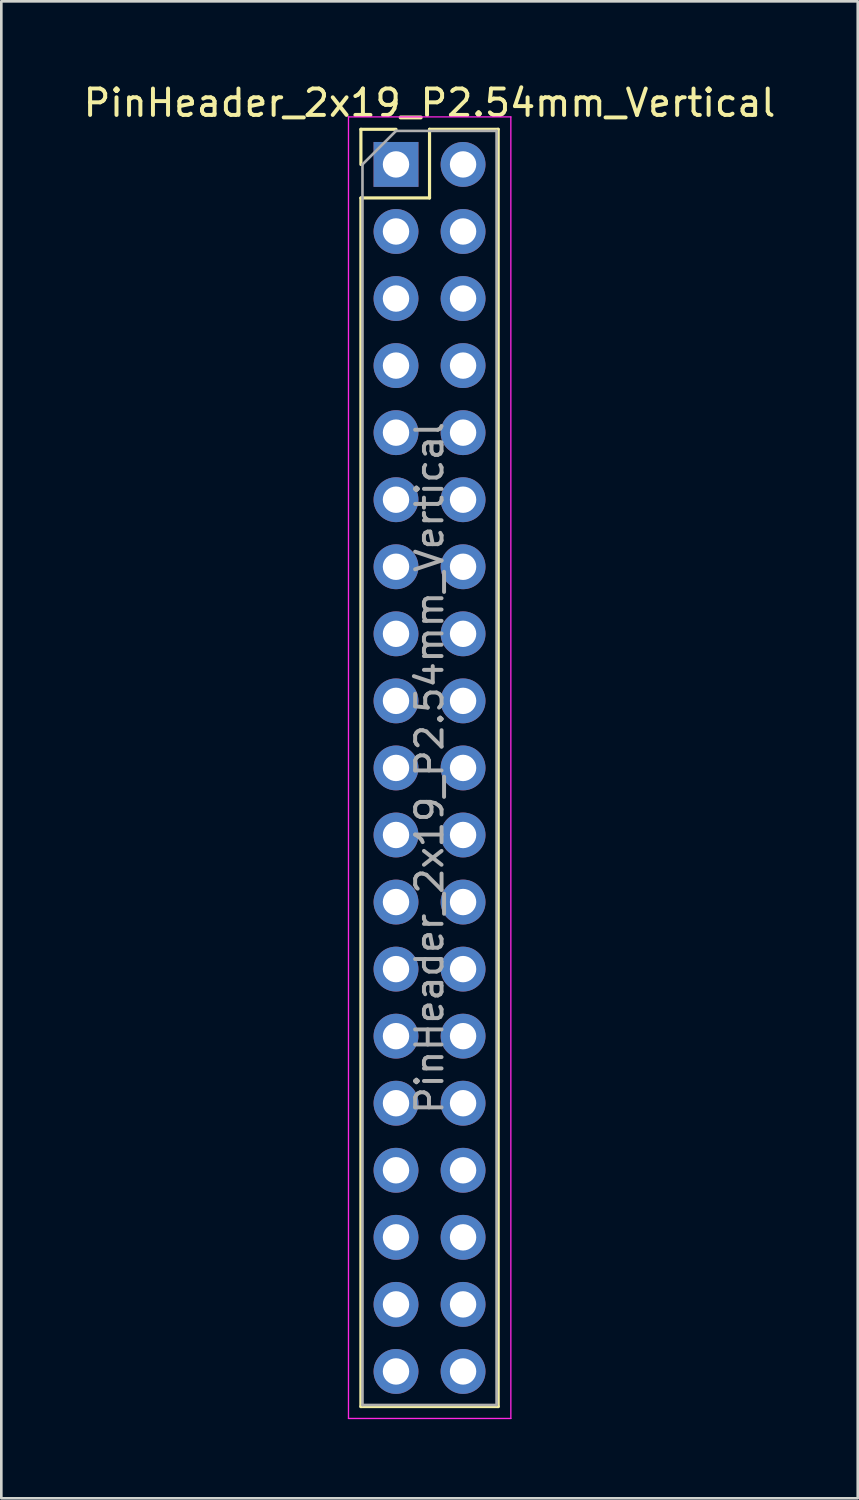
<source format=kicad_pcb>
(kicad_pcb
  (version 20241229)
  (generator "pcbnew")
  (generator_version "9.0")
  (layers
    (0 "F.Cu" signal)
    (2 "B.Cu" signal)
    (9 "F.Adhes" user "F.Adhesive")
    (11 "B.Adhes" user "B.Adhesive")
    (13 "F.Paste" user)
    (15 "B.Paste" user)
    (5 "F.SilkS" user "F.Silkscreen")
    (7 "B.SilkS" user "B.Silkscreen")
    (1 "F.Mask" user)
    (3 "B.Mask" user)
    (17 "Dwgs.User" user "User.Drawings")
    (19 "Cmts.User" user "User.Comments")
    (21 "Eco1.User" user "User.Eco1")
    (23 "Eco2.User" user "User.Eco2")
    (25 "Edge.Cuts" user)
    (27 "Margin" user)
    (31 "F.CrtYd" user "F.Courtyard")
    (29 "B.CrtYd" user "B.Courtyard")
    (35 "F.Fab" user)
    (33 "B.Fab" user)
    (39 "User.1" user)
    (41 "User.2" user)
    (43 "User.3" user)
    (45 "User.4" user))
  (footprint "PinHeader_2x19_P2.54mm_Vertical"
    (layer "F.Cu")
    (at 11.95 3.178)
    (property "Reference" "PinHeader_2x19_P2.54mm_Vertical" (at 1.27 -2.33 0) (layer "F.SilkS") (effects (font (size 1 1) (thickness 0.15))))
    (attr through_hole)
    (fp_line (start -1.33 -1.33) (end 0 -1.33) (stroke (width 0.12) (type solid)) (layer "F.SilkS"))
    (fp_line (start -1.33 0) (end -1.33 -1.33) (stroke (width 0.12) (type solid)) (layer "F.SilkS"))
    (fp_line (start -1.33 1.27) (end -1.33 47.05) (stroke (width 0.12) (type solid)) (layer "F.SilkS"))
    (fp_line (start -1.33 1.27) (end 1.27 1.27) (stroke (width 0.12) (type solid)) (layer "F.SilkS"))
    (fp_line (start -1.33 47.05) (end 3.87 47.05) (stroke (width 0.12) (type solid)) (layer "F.SilkS"))
    (fp_line (start 1.27 -1.33) (end 3.87 -1.33) (stroke (width 0.12) (type solid)) (layer "F.SilkS"))
    (fp_line (start 1.27 1.27) (end 1.27 -1.33) (stroke (width 0.12) (type solid)) (layer "F.SilkS"))
    (fp_line (start 3.87 -1.33) (end 3.87 47.05) (stroke (width 0.12) (type solid)) (layer "F.SilkS"))
    (fp_line (start -1.8 -1.8) (end -1.8 47.5) (stroke (width 0.05) (type solid)) (layer "F.CrtYd"))
    (fp_line (start -1.8 47.5) (end 4.35 47.5) (stroke (width 0.05) (type solid)) (layer "F.CrtYd"))
    (fp_line (start 4.35 -1.8) (end -1.8 -1.8) (stroke (width 0.05) (type solid)) (layer "F.CrtYd"))
    (fp_line (start 4.35 47.5) (end 4.35 -1.8) (stroke (width 0.05) (type solid)) (layer "F.CrtYd"))
    (fp_line (start -1.27 0) (end 0 -1.27) (stroke (width 0.1) (type solid)) (layer "F.Fab"))
    (fp_line (start -1.27 46.99) (end -1.27 0) (stroke (width 0.1) (type solid)) (layer "F.Fab"))
    (fp_line (start 0 -1.27) (end 3.81 -1.27) (stroke (width 0.1) (type solid)) (layer "F.Fab"))
    (fp_line (start 3.81 -1.27) (end 3.81 46.99) (stroke (width 0.1) (type solid)) (layer "F.Fab"))
    (fp_line (start 3.81 46.99) (end -1.27 46.99) (stroke (width 0.1) (type solid)) (layer "F.Fab"))
    (fp_text user "${REFERENCE}" (at 1.27 22.86 90) (layer "F.Fab") (effects (font (size 1 1) (thickness 0.15))))
    (pad "1" thru_hole rect (at 0 0) (size 1.7 1.7) (drill 1) (layers "*.Cu" "*.Mask"))
    (pad "2" thru_hole oval (at 2.54 0) (size 1.7 1.7) (drill 1) (layers "*.Cu" "*.Mask"))
    (pad "3" thru_hole oval (at 0 2.54) (size 1.7 1.7) (drill 1) (layers "*.Cu" "*.Mask"))
    (pad "4" thru_hole oval (at 2.54 2.54) (size 1.7 1.7) (drill 1) (layers "*.Cu" "*.Mask"))
    (pad "5" thru_hole oval (at 0 5.08) (size 1.7 1.7) (drill 1) (layers "*.Cu" "*.Mask"))
    (pad "6" thru_hole oval (at 2.54 5.08) (size 1.7 1.7) (drill 1) (layers "*.Cu" "*.Mask"))
    (pad "7" thru_hole oval (at 0 7.62) (size 1.7 1.7) (drill 1) (layers "*.Cu" "*.Mask"))
    (pad "8" thru_hole oval (at 2.54 7.62) (size 1.7 1.7) (drill 1) (layers "*.Cu" "*.Mask"))
    (pad "9" thru_hole oval (at 0 10.16) (size 1.7 1.7) (drill 1) (layers "*.Cu" "*.Mask"))
    (pad "10" thru_hole oval (at 2.54 10.16) (size 1.7 1.7) (drill 1) (layers "*.Cu" "*.Mask"))
    (pad "11" thru_hole oval (at 0 12.7) (size 1.7 1.7) (drill 1) (layers "*.Cu" "*.Mask"))
    (pad "12" thru_hole oval (at 2.54 12.7) (size 1.7 1.7) (drill 1) (layers "*.Cu" "*.Mask"))
    (pad "13" thru_hole oval (at 0 15.24) (size 1.7 1.7) (drill 1) (layers "*.Cu" "*.Mask"))
    (pad "14" thru_hole oval (at 2.54 15.24) (size 1.7 1.7) (drill 1) (layers "*.Cu" "*.Mask"))
    (pad "15" thru_hole oval (at 0 17.78) (size 1.7 1.7) (drill 1) (layers "*.Cu" "*.Mask"))
    (pad "16" thru_hole oval (at 2.54 17.78) (size 1.7 1.7) (drill 1) (layers "*.Cu" "*.Mask"))
    (pad "17" thru_hole oval (at 0 20.32) (size 1.7 1.7) (drill 1) (layers "*.Cu" "*.Mask"))
    (pad "18" thru_hole oval (at 2.54 20.32) (size 1.7 1.7) (drill 1) (layers "*.Cu" "*.Mask"))
    (pad "19" thru_hole oval (at 0 22.86) (size 1.7 1.7) (drill 1) (layers "*.Cu" "*.Mask"))
    (pad "20" thru_hole oval (at 2.54 22.86) (size 1.7 1.7) (drill 1) (layers "*.Cu" "*.Mask"))
    (pad "21" thru_hole oval (at 0 25.4) (size 1.7 1.7) (drill 1) (layers "*.Cu" "*.Mask"))
    (pad "22" thru_hole oval (at 2.54 25.4) (size 1.7 1.7) (drill 1) (layers "*.Cu" "*.Mask"))
    (pad "23" thru_hole oval (at 0 27.94) (size 1.7 1.7) (drill 1) (layers "*.Cu" "*.Mask"))
    (pad "24" thru_hole oval (at 2.54 27.94) (size 1.7 1.7) (drill 1) (layers "*.Cu" "*.Mask"))
    (pad "25" thru_hole oval (at 0 30.48) (size 1.7 1.7) (drill 1) (layers "*.Cu" "*.Mask"))
    (pad "26" thru_hole oval (at 2.54 30.48) (size 1.7 1.7) (drill 1) (layers "*.Cu" "*.Mask"))
    (pad "27" thru_hole oval (at 0 33.02) (size 1.7 1.7) (drill 1) (layers "*.Cu" "*.Mask"))
    (pad "28" thru_hole oval (at 2.54 33.02) (size 1.7 1.7) (drill 1) (layers "*.Cu" "*.Mask"))
    (pad "29" thru_hole oval (at 0 35.56) (size 1.7 1.7) (drill 1) (layers "*.Cu" "*.Mask"))
    (pad "30" thru_hole oval (at 2.54 35.56) (size 1.7 1.7) (drill 1) (layers "*.Cu" "*.Mask"))
    (pad "31" thru_hole oval (at 0 38.1) (size 1.7 1.7) (drill 1) (layers "*.Cu" "*.Mask"))
    (pad "32" thru_hole oval (at 2.54 38.1) (size 1.7 1.7) (drill 1) (layers "*.Cu" "*.Mask"))
    (pad "33" thru_hole oval (at 0 40.64) (size 1.7 1.7) (drill 1) (layers "*.Cu" "*.Mask"))
    (pad "34" thru_hole oval (at 2.54 40.64) (size 1.7 1.7) (drill 1) (layers "*.Cu" "*.Mask"))
    (pad "35" thru_hole oval (at 0 43.18) (size 1.7 1.7) (drill 1) (layers "*.Cu" "*.Mask"))
    (pad "36" thru_hole oval (at 2.54 43.18) (size 1.7 1.7) (drill 1) (layers "*.Cu" "*.Mask"))
    (pad "37" thru_hole oval (at 0 45.72) (size 1.7 1.7) (drill 1) (layers "*.Cu" "*.Mask"))
    (pad "38" thru_hole oval (at 2.54 45.72) (size 1.7 1.7) (drill 1) (layers "*.Cu" "*.Mask")))
  (gr_rect
    (start -3 -3)
    (end 29.44 53.703)
    (stroke (width 0.1) (type default))
    (fill no)
    (layer "Edge.Cuts")))
</source>
